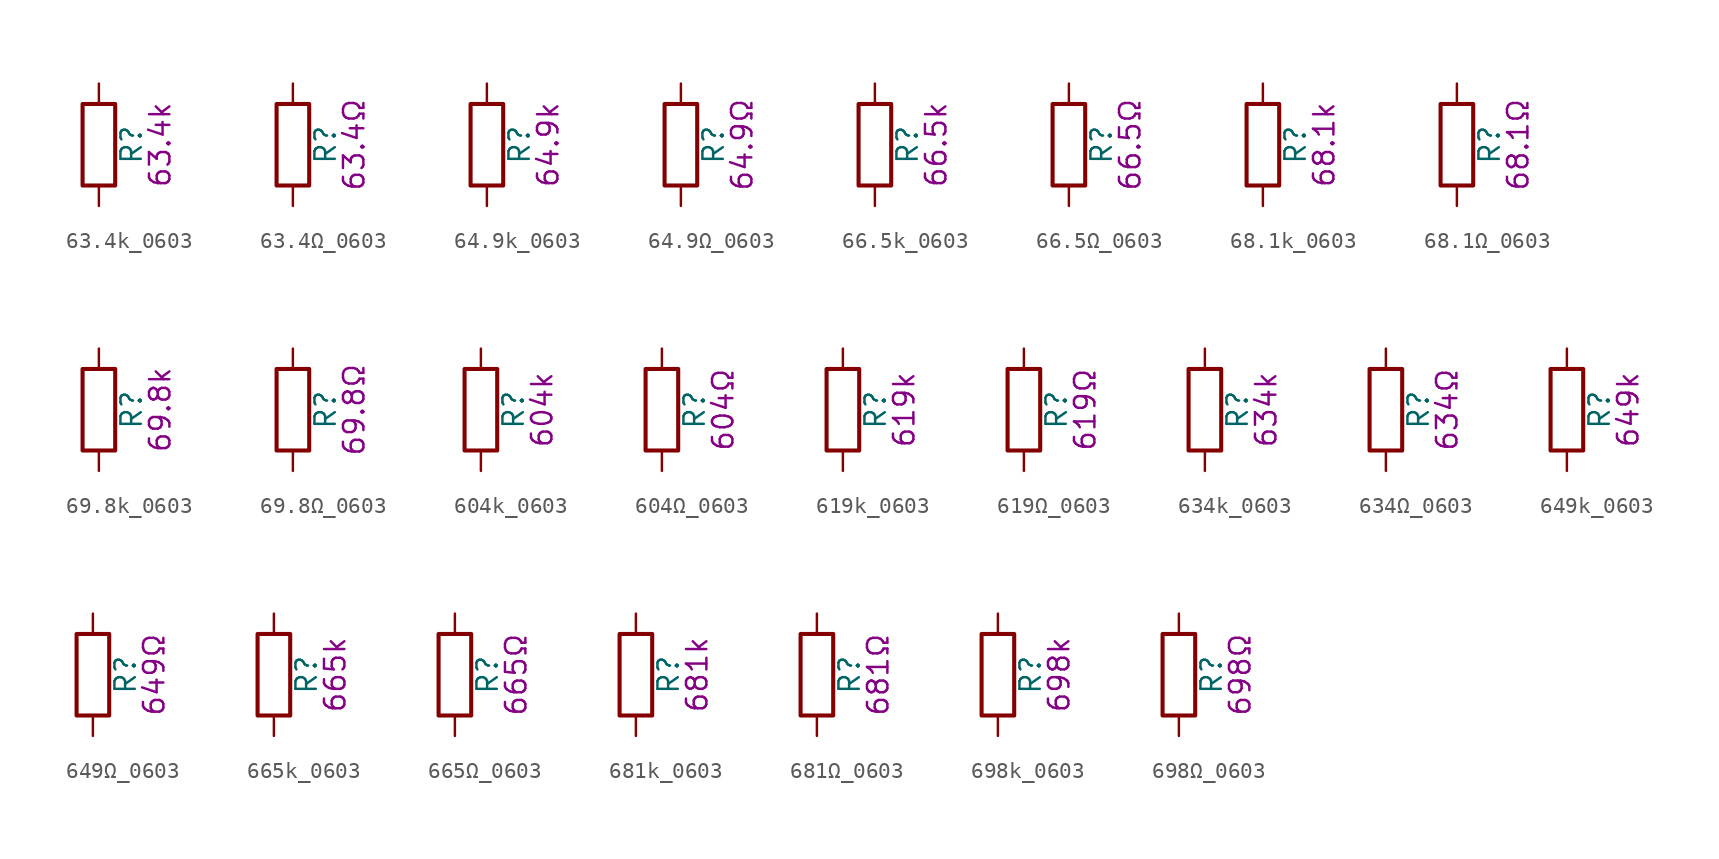
<source format=kicad_sym>
(kicad_symbol_lib
  (version 20211014)
  (generator kicad_symbol_editor)
  (symbol "63.4k_0603"
    (pin_numbers hide)
    (pin_names
      (offset 0))
    (property "Reference" "R"
      (at 2.032 0 90)
      (effects (font (size 1.27 1.27))))
    (property "Display" "63.4k"
      (at 3.81 0 90)
      (effects (font (size 1.27 1.27))))
    (symbol "63.4k_0603_0_1"
      (rectangle (start -1.016 -2.54) (end 1.016 2.54) (stroke (width 0.254) (type default) (color 0 0 0 0)) (fill (type none))))
    (symbol "63.4k_0603_1_1"
      (pin passive line (at 0 3.81 270) (length 1.27) (name "~" (effects (font (size 1.27 1.27)))) (number "1" (effects (font (size 1.27 1.27)))))
      (pin passive line (at 0 -3.81 90) (length 1.27) (name "~" (effects (font (size 1.27 1.27)))) (number "2" (effects (font (size 1.27 1.27)))))))
  (symbol "63.4Ω_0603"
    (pin_numbers hide)
    (pin_names
      (offset 0))
    (property "Reference" "R"
      (at 2.032 0 90)
      (effects (font (size 1.27 1.27))))
    (property "Display" "63.4Ω"
      (at 3.81 0 90)
      (effects (font (size 1.27 1.27))))
    (symbol "63.4Ω_0603_0_1"
      (rectangle (start -1.016 -2.54) (end 1.016 2.54) (stroke (width 0.254) (type default) (color 0 0 0 0)) (fill (type none))))
    (symbol "63.4Ω_0603_1_1"
      (pin passive line (at 0 3.81 270) (length 1.27) (name "~" (effects (font (size 1.27 1.27)))) (number "1" (effects (font (size 1.27 1.27)))))
      (pin passive line (at 0 -3.81 90) (length 1.27) (name "~" (effects (font (size 1.27 1.27)))) (number "2" (effects (font (size 1.27 1.27)))))))
  (symbol "64.9k_0603"
    (pin_numbers hide)
    (pin_names
      (offset 0))
    (property "Reference" "R"
      (at 2.032 0 90)
      (effects (font (size 1.27 1.27))))
    (property "Display" "64.9k"
      (at 3.81 0 90)
      (effects (font (size 1.27 1.27))))
    (symbol "64.9k_0603_0_1"
      (rectangle (start -1.016 -2.54) (end 1.016 2.54) (stroke (width 0.254) (type default) (color 0 0 0 0)) (fill (type none))))
    (symbol "64.9k_0603_1_1"
      (pin passive line (at 0 3.81 270) (length 1.27) (name "~" (effects (font (size 1.27 1.27)))) (number "1" (effects (font (size 1.27 1.27)))))
      (pin passive line (at 0 -3.81 90) (length 1.27) (name "~" (effects (font (size 1.27 1.27)))) (number "2" (effects (font (size 1.27 1.27)))))))
  (symbol "64.9Ω_0603"
    (pin_numbers hide)
    (pin_names
      (offset 0))
    (property "Reference" "R"
      (at 2.032 0 90)
      (effects (font (size 1.27 1.27))))
    (property "Display" "64.9Ω"
      (at 3.81 0 90)
      (effects (font (size 1.27 1.27))))
    (symbol "64.9Ω_0603_0_1"
      (rectangle (start -1.016 -2.54) (end 1.016 2.54) (stroke (width 0.254) (type default) (color 0 0 0 0)) (fill (type none))))
    (symbol "64.9Ω_0603_1_1"
      (pin passive line (at 0 3.81 270) (length 1.27) (name "~" (effects (font (size 1.27 1.27)))) (number "1" (effects (font (size 1.27 1.27)))))
      (pin passive line (at 0 -3.81 90) (length 1.27) (name "~" (effects (font (size 1.27 1.27)))) (number "2" (effects (font (size 1.27 1.27)))))))
  (symbol "66.5k_0603"
    (pin_numbers hide)
    (pin_names
      (offset 0))
    (property "Reference" "R"
      (at 2.032 0 90)
      (effects (font (size 1.27 1.27))))
    (property "Display" "66.5k"
      (at 3.81 0 90)
      (effects (font (size 1.27 1.27))))
    (symbol "66.5k_0603_0_1"
      (rectangle (start -1.016 -2.54) (end 1.016 2.54) (stroke (width 0.254) (type default) (color 0 0 0 0)) (fill (type none))))
    (symbol "66.5k_0603_1_1"
      (pin passive line (at 0 3.81 270) (length 1.27) (name "~" (effects (font (size 1.27 1.27)))) (number "1" (effects (font (size 1.27 1.27)))))
      (pin passive line (at 0 -3.81 90) (length 1.27) (name "~" (effects (font (size 1.27 1.27)))) (number "2" (effects (font (size 1.27 1.27)))))))
  (symbol "66.5Ω_0603"
    (pin_numbers hide)
    (pin_names
      (offset 0))
    (property "Reference" "R"
      (at 2.032 0 90)
      (effects (font (size 1.27 1.27))))
    (property "Display" "66.5Ω"
      (at 3.81 0 90)
      (effects (font (size 1.27 1.27))))
    (symbol "66.5Ω_0603_0_1"
      (rectangle (start -1.016 -2.54) (end 1.016 2.54) (stroke (width 0.254) (type default) (color 0 0 0 0)) (fill (type none))))
    (symbol "66.5Ω_0603_1_1"
      (pin passive line (at 0 3.81 270) (length 1.27) (name "~" (effects (font (size 1.27 1.27)))) (number "1" (effects (font (size 1.27 1.27)))))
      (pin passive line (at 0 -3.81 90) (length 1.27) (name "~" (effects (font (size 1.27 1.27)))) (number "2" (effects (font (size 1.27 1.27)))))))
  (symbol "68.1k_0603"
    (pin_numbers hide)
    (pin_names
      (offset 0))
    (property "Reference" "R"
      (at 2.032 0 90)
      (effects (font (size 1.27 1.27))))
    (property "Display" "68.1k"
      (at 3.81 0 90)
      (effects (font (size 1.27 1.27))))
    (symbol "68.1k_0603_0_1"
      (rectangle (start -1.016 -2.54) (end 1.016 2.54) (stroke (width 0.254) (type default) (color 0 0 0 0)) (fill (type none))))
    (symbol "68.1k_0603_1_1"
      (pin passive line (at 0 3.81 270) (length 1.27) (name "~" (effects (font (size 1.27 1.27)))) (number "1" (effects (font (size 1.27 1.27)))))
      (pin passive line (at 0 -3.81 90) (length 1.27) (name "~" (effects (font (size 1.27 1.27)))) (number "2" (effects (font (size 1.27 1.27)))))))
  (symbol "68.1Ω_0603"
    (pin_numbers hide)
    (pin_names
      (offset 0))
    (property "Reference" "R"
      (at 2.032 0 90)
      (effects (font (size 1.27 1.27))))
    (property "Display" "68.1Ω"
      (at 3.81 0 90)
      (effects (font (size 1.27 1.27))))
    (symbol "68.1Ω_0603_0_1"
      (rectangle (start -1.016 -2.54) (end 1.016 2.54) (stroke (width 0.254) (type default) (color 0 0 0 0)) (fill (type none))))
    (symbol "68.1Ω_0603_1_1"
      (pin passive line (at 0 3.81 270) (length 1.27) (name "~" (effects (font (size 1.27 1.27)))) (number "1" (effects (font (size 1.27 1.27)))))
      (pin passive line (at 0 -3.81 90) (length 1.27) (name "~" (effects (font (size 1.27 1.27)))) (number "2" (effects (font (size 1.27 1.27)))))))
  (symbol "69.8k_0603"
    (pin_numbers hide)
    (pin_names
      (offset 0))
    (property "Reference" "R"
      (at 2.032 0 90)
      (effects (font (size 1.27 1.27))))
    (property "Display" "69.8k"
      (at 3.81 0 90)
      (effects (font (size 1.27 1.27))))
    (symbol "69.8k_0603_0_1"
      (rectangle (start -1.016 -2.54) (end 1.016 2.54) (stroke (width 0.254) (type default) (color 0 0 0 0)) (fill (type none))))
    (symbol "69.8k_0603_1_1"
      (pin passive line (at 0 3.81 270) (length 1.27) (name "~" (effects (font (size 1.27 1.27)))) (number "1" (effects (font (size 1.27 1.27)))))
      (pin passive line (at 0 -3.81 90) (length 1.27) (name "~" (effects (font (size 1.27 1.27)))) (number "2" (effects (font (size 1.27 1.27)))))))
  (symbol "69.8Ω_0603"
    (pin_numbers hide)
    (pin_names
      (offset 0))
    (property "Reference" "R"
      (at 2.032 0 90)
      (effects (font (size 1.27 1.27))))
    (property "Display" "69.8Ω"
      (at 3.81 0 90)
      (effects (font (size 1.27 1.27))))
    (symbol "69.8Ω_0603_0_1"
      (rectangle (start -1.016 -2.54) (end 1.016 2.54) (stroke (width 0.254) (type default) (color 0 0 0 0)) (fill (type none))))
    (symbol "69.8Ω_0603_1_1"
      (pin passive line (at 0 3.81 270) (length 1.27) (name "~" (effects (font (size 1.27 1.27)))) (number "1" (effects (font (size 1.27 1.27)))))
      (pin passive line (at 0 -3.81 90) (length 1.27) (name "~" (effects (font (size 1.27 1.27)))) (number "2" (effects (font (size 1.27 1.27)))))))
  (symbol "604k_0603"
    (pin_numbers hide)
    (pin_names
      (offset 0))
    (property "Reference" "R"
      (at 2.032 0 90)
      (effects (font (size 1.27 1.27))))
    (property "Display" "604k"
      (at 3.81 0 90)
      (effects (font (size 1.27 1.27))))
    (symbol "604k_0603_0_1"
      (rectangle (start -1.016 -2.54) (end 1.016 2.54) (stroke (width 0.254) (type default) (color 0 0 0 0)) (fill (type none))))
    (symbol "604k_0603_1_1"
      (pin passive line (at 0 3.81 270) (length 1.27) (name "~" (effects (font (size 1.27 1.27)))) (number "1" (effects (font (size 1.27 1.27)))))
      (pin passive line (at 0 -3.81 90) (length 1.27) (name "~" (effects (font (size 1.27 1.27)))) (number "2" (effects (font (size 1.27 1.27)))))))
  (symbol "604Ω_0603"
    (pin_numbers hide)
    (pin_names
      (offset 0))
    (property "Reference" "R"
      (at 2.032 0 90)
      (effects (font (size 1.27 1.27))))
    (property "Display" "604Ω"
      (at 3.81 0 90)
      (effects (font (size 1.27 1.27))))
    (symbol "604Ω_0603_0_1"
      (rectangle (start -1.016 -2.54) (end 1.016 2.54) (stroke (width 0.254) (type default) (color 0 0 0 0)) (fill (type none))))
    (symbol "604Ω_0603_1_1"
      (pin passive line (at 0 3.81 270) (length 1.27) (name "~" (effects (font (size 1.27 1.27)))) (number "1" (effects (font (size 1.27 1.27)))))
      (pin passive line (at 0 -3.81 90) (length 1.27) (name "~" (effects (font (size 1.27 1.27)))) (number "2" (effects (font (size 1.27 1.27)))))))
  (symbol "619k_0603"
    (pin_numbers hide)
    (pin_names
      (offset 0))
    (property "Reference" "R"
      (at 2.032 0 90)
      (effects (font (size 1.27 1.27))))
    (property "Display" "619k"
      (at 3.81 0 90)
      (effects (font (size 1.27 1.27))))
    (symbol "619k_0603_0_1"
      (rectangle (start -1.016 -2.54) (end 1.016 2.54) (stroke (width 0.254) (type default) (color 0 0 0 0)) (fill (type none))))
    (symbol "619k_0603_1_1"
      (pin passive line (at 0 3.81 270) (length 1.27) (name "~" (effects (font (size 1.27 1.27)))) (number "1" (effects (font (size 1.27 1.27)))))
      (pin passive line (at 0 -3.81 90) (length 1.27) (name "~" (effects (font (size 1.27 1.27)))) (number "2" (effects (font (size 1.27 1.27)))))))
  (symbol "619Ω_0603"
    (pin_numbers hide)
    (pin_names
      (offset 0))
    (property "Reference" "R"
      (at 2.032 0 90)
      (effects (font (size 1.27 1.27))))
    (property "Display" "619Ω"
      (at 3.81 0 90)
      (effects (font (size 1.27 1.27))))
    (symbol "619Ω_0603_0_1"
      (rectangle (start -1.016 -2.54) (end 1.016 2.54) (stroke (width 0.254) (type default) (color 0 0 0 0)) (fill (type none))))
    (symbol "619Ω_0603_1_1"
      (pin passive line (at 0 3.81 270) (length 1.27) (name "~" (effects (font (size 1.27 1.27)))) (number "1" (effects (font (size 1.27 1.27)))))
      (pin passive line (at 0 -3.81 90) (length 1.27) (name "~" (effects (font (size 1.27 1.27)))) (number "2" (effects (font (size 1.27 1.27)))))))
  (symbol "634k_0603"
    (pin_numbers hide)
    (pin_names
      (offset 0))
    (property "Reference" "R"
      (at 2.032 0 90)
      (effects (font (size 1.27 1.27))))
    (property "Display" "634k"
      (at 3.81 0 90)
      (effects (font (size 1.27 1.27))))
    (symbol "634k_0603_0_1"
      (rectangle (start -1.016 -2.54) (end 1.016 2.54) (stroke (width 0.254) (type default) (color 0 0 0 0)) (fill (type none))))
    (symbol "634k_0603_1_1"
      (pin passive line (at 0 3.81 270) (length 1.27) (name "~" (effects (font (size 1.27 1.27)))) (number "1" (effects (font (size 1.27 1.27)))))
      (pin passive line (at 0 -3.81 90) (length 1.27) (name "~" (effects (font (size 1.27 1.27)))) (number "2" (effects (font (size 1.27 1.27)))))))
  (symbol "634Ω_0603"
    (pin_numbers hide)
    (pin_names
      (offset 0))
    (property "Reference" "R"
      (at 2.032 0 90)
      (effects (font (size 1.27 1.27))))
    (property "Display" "634Ω"
      (at 3.81 0 90)
      (effects (font (size 1.27 1.27))))
    (symbol "634Ω_0603_0_1"
      (rectangle (start -1.016 -2.54) (end 1.016 2.54) (stroke (width 0.254) (type default) (color 0 0 0 0)) (fill (type none))))
    (symbol "634Ω_0603_1_1"
      (pin passive line (at 0 3.81 270) (length 1.27) (name "~" (effects (font (size 1.27 1.27)))) (number "1" (effects (font (size 1.27 1.27)))))
      (pin passive line (at 0 -3.81 90) (length 1.27) (name "~" (effects (font (size 1.27 1.27)))) (number "2" (effects (font (size 1.27 1.27)))))))
  (symbol "649k_0603"
    (pin_numbers hide)
    (pin_names
      (offset 0))
    (property "Reference" "R"
      (at 2.032 0 90)
      (effects (font (size 1.27 1.27))))
    (property "Display" "649k"
      (at 3.81 0 90)
      (effects (font (size 1.27 1.27))))
    (symbol "649k_0603_0_1"
      (rectangle (start -1.016 -2.54) (end 1.016 2.54) (stroke (width 0.254) (type default) (color 0 0 0 0)) (fill (type none))))
    (symbol "649k_0603_1_1"
      (pin passive line (at 0 3.81 270) (length 1.27) (name "~" (effects (font (size 1.27 1.27)))) (number "1" (effects (font (size 1.27 1.27)))))
      (pin passive line (at 0 -3.81 90) (length 1.27) (name "~" (effects (font (size 1.27 1.27)))) (number "2" (effects (font (size 1.27 1.27)))))))
  (symbol "649Ω_0603"
    (pin_numbers hide)
    (pin_names
      (offset 0))
    (property "Reference" "R"
      (at 2.032 0 90)
      (effects (font (size 1.27 1.27))))
    (property "Display" "649Ω"
      (at 3.81 0 90)
      (effects (font (size 1.27 1.27))))
    (symbol "649Ω_0603_0_1"
      (rectangle (start -1.016 -2.54) (end 1.016 2.54) (stroke (width 0.254) (type default) (color 0 0 0 0)) (fill (type none))))
    (symbol "649Ω_0603_1_1"
      (pin passive line (at 0 3.81 270) (length 1.27) (name "~" (effects (font (size 1.27 1.27)))) (number "1" (effects (font (size 1.27 1.27)))))
      (pin passive line (at 0 -3.81 90) (length 1.27) (name "~" (effects (font (size 1.27 1.27)))) (number "2" (effects (font (size 1.27 1.27)))))))
  (symbol "665k_0603"
    (pin_numbers hide)
    (pin_names
      (offset 0))
    (property "Reference" "R"
      (at 2.032 0 90)
      (effects (font (size 1.27 1.27))))
    (property "Display" "665k"
      (at 3.81 0 90)
      (effects (font (size 1.27 1.27))))
    (symbol "665k_0603_0_1"
      (rectangle (start -1.016 -2.54) (end 1.016 2.54) (stroke (width 0.254) (type default) (color 0 0 0 0)) (fill (type none))))
    (symbol "665k_0603_1_1"
      (pin passive line (at 0 3.81 270) (length 1.27) (name "~" (effects (font (size 1.27 1.27)))) (number "1" (effects (font (size 1.27 1.27)))))
      (pin passive line (at 0 -3.81 90) (length 1.27) (name "~" (effects (font (size 1.27 1.27)))) (number "2" (effects (font (size 1.27 1.27)))))))
  (symbol "665Ω_0603"
    (pin_numbers hide)
    (pin_names
      (offset 0))
    (property "Reference" "R"
      (at 2.032 0 90)
      (effects (font (size 1.27 1.27))))
    (property "Display" "665Ω"
      (at 3.81 0 90)
      (effects (font (size 1.27 1.27))))
    (symbol "665Ω_0603_0_1"
      (rectangle (start -1.016 -2.54) (end 1.016 2.54) (stroke (width 0.254) (type default) (color 0 0 0 0)) (fill (type none))))
    (symbol "665Ω_0603_1_1"
      (pin passive line (at 0 3.81 270) (length 1.27) (name "~" (effects (font (size 1.27 1.27)))) (number "1" (effects (font (size 1.27 1.27)))))
      (pin passive line (at 0 -3.81 90) (length 1.27) (name "~" (effects (font (size 1.27 1.27)))) (number "2" (effects (font (size 1.27 1.27)))))))
  (symbol "681k_0603"
    (pin_numbers hide)
    (pin_names
      (offset 0))
    (property "Reference" "R"
      (at 2.032 0 90)
      (effects (font (size 1.27 1.27))))
    (property "Display" "681k"
      (at 3.81 0 90)
      (effects (font (size 1.27 1.27))))
    (symbol "681k_0603_0_1"
      (rectangle (start -1.016 -2.54) (end 1.016 2.54) (stroke (width 0.254) (type default) (color 0 0 0 0)) (fill (type none))))
    (symbol "681k_0603_1_1"
      (pin passive line (at 0 3.81 270) (length 1.27) (name "~" (effects (font (size 1.27 1.27)))) (number "1" (effects (font (size 1.27 1.27)))))
      (pin passive line (at 0 -3.81 90) (length 1.27) (name "~" (effects (font (size 1.27 1.27)))) (number "2" (effects (font (size 1.27 1.27)))))))
  (symbol "681Ω_0603"
    (pin_numbers hide)
    (pin_names
      (offset 0))
    (property "Reference" "R"
      (at 2.032 0 90)
      (effects (font (size 1.27 1.27))))
    (property "Display" "681Ω"
      (at 3.81 0 90)
      (effects (font (size 1.27 1.27))))
    (symbol "681Ω_0603_0_1"
      (rectangle (start -1.016 -2.54) (end 1.016 2.54) (stroke (width 0.254) (type default) (color 0 0 0 0)) (fill (type none))))
    (symbol "681Ω_0603_1_1"
      (pin passive line (at 0 3.81 270) (length 1.27) (name "~" (effects (font (size 1.27 1.27)))) (number "1" (effects (font (size 1.27 1.27)))))
      (pin passive line (at 0 -3.81 90) (length 1.27) (name "~" (effects (font (size 1.27 1.27)))) (number "2" (effects (font (size 1.27 1.27)))))))
  (symbol "698k_0603"
    (pin_numbers hide)
    (pin_names
      (offset 0))
    (property "Reference" "R"
      (at 2.032 0 90)
      (effects (font (size 1.27 1.27))))
    (property "Display" "698k"
      (at 3.81 0 90)
      (effects (font (size 1.27 1.27))))
    (symbol "698k_0603_0_1"
      (rectangle (start -1.016 -2.54) (end 1.016 2.54) (stroke (width 0.254) (type default) (color 0 0 0 0)) (fill (type none))))
    (symbol "698k_0603_1_1"
      (pin passive line (at 0 3.81 270) (length 1.27) (name "~" (effects (font (size 1.27 1.27)))) (number "1" (effects (font (size 1.27 1.27)))))
      (pin passive line (at 0 -3.81 90) (length 1.27) (name "~" (effects (font (size 1.27 1.27)))) (number "2" (effects (font (size 1.27 1.27)))))))
  (symbol "698Ω_0603"
    (pin_numbers hide)
    (pin_names
      (offset 0))
    (property "Reference" "R"
      (at 2.032 0 90)
      (effects (font (size 1.27 1.27))))
    (property "Display" "698Ω"
      (at 3.81 0 90)
      (effects (font (size 1.27 1.27))))
    (symbol "698Ω_0603_0_1"
      (rectangle (start -1.016 -2.54) (end 1.016 2.54) (stroke (width 0.254) (type default) (color 0 0 0 0)) (fill (type none))))
    (symbol "698Ω_0603_1_1"
      (pin passive line (at 0 3.81 270) (length 1.27) (name "~" (effects (font (size 1.27 1.27)))) (number "1" (effects (font (size 1.27 1.27)))))
      (pin passive line (at 0 -3.81 90) (length 1.27) (name "~" (effects (font (size 1.27 1.27)))) (number "2" (effects (font (size 1.27 1.27))))))))
</source>
